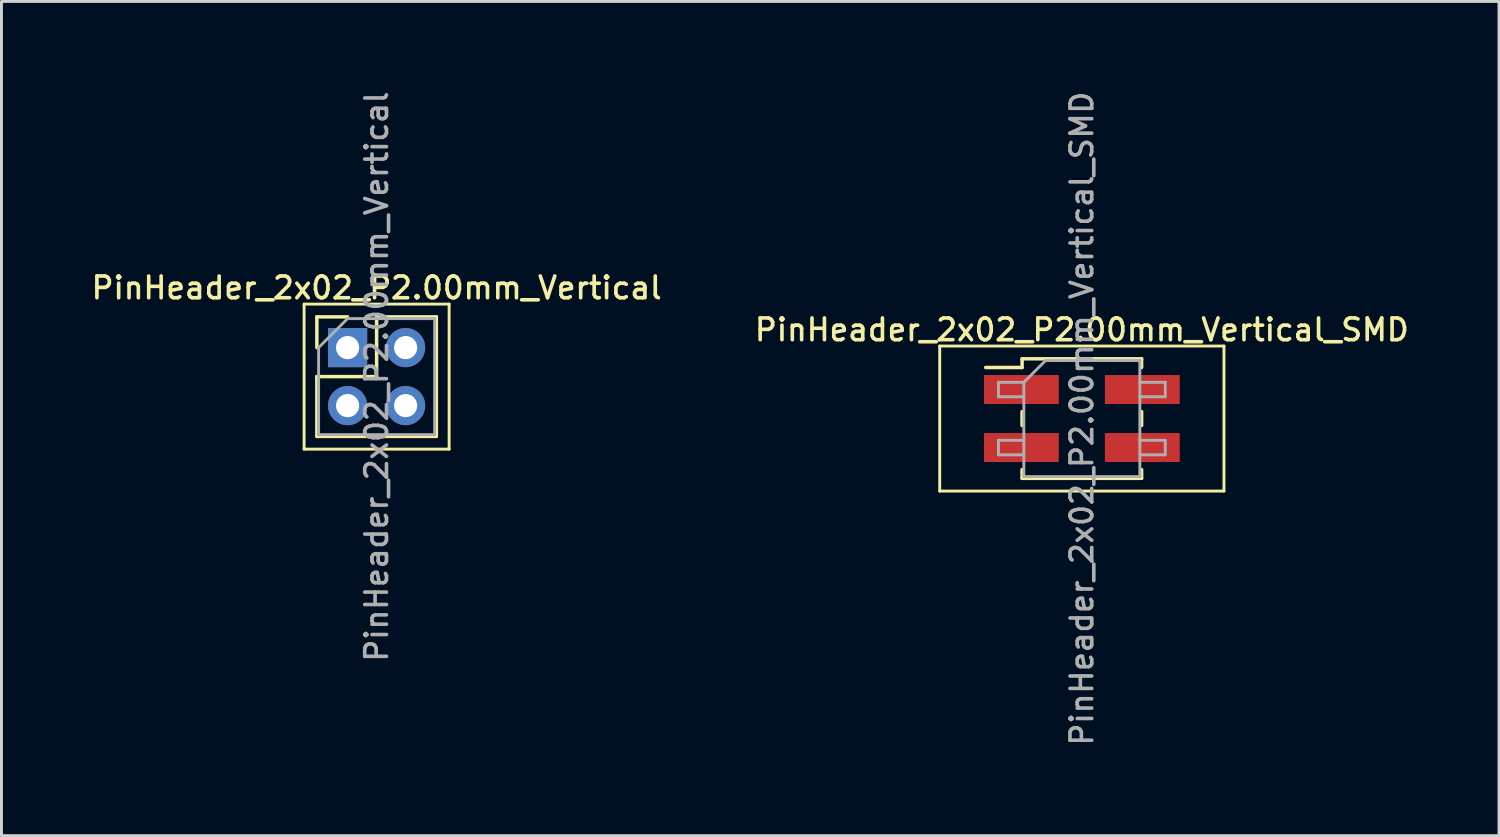
<source format=kicad_pcb>
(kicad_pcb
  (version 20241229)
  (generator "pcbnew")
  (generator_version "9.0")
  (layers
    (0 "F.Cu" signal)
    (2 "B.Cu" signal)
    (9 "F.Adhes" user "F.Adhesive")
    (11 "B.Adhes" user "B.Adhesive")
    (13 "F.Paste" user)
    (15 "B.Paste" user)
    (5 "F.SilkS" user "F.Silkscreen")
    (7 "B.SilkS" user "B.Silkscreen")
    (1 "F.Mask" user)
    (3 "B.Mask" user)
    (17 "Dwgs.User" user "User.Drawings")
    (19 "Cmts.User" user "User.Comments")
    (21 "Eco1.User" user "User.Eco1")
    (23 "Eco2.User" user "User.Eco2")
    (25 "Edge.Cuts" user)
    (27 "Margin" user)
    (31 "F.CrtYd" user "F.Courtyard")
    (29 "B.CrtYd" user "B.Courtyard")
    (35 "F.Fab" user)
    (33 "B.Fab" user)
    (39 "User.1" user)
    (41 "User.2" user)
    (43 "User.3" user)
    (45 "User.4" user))
  (footprint "PinHeader_2x02_P2.00mm_Vertical"
    (layer "F.Cu")
    (at 8.934 8.934)
    (property "Reference" "PinHeader_2x02_P2.00mm_Vertical" (at 1 -2.06 0) (layer "F.SilkS") (effects (font (size 0.75 0.75) (thickness 0.125))))
    (attr through_hole)
    (fp_line (start -1.5 -1.5) (end -1.5 3.5) (stroke (width 0.1) (type solid)) (layer "F.SilkS"))
    (fp_line (start -1.5 3.5) (end 3.5 3.5) (stroke (width 0.1) (type solid)) (layer "F.SilkS"))
    (fp_line (start -1.06 -1.06) (end 0 -1.06) (stroke (width 0.12) (type solid)) (layer "F.SilkS"))
    (fp_line (start -1.06 0) (end -1.06 -1.06) (stroke (width 0.12) (type solid)) (layer "F.SilkS"))
    (fp_line (start -1.06 1) (end -1.06 3.06) (stroke (width 0.12) (type solid)) (layer "F.SilkS"))
    (fp_line (start -1.06 1) (end 1 1) (stroke (width 0.12) (type solid)) (layer "F.SilkS"))
    (fp_line (start -1.06 3.06) (end 3.06 3.06) (stroke (width 0.12) (type solid)) (layer "F.SilkS"))
    (fp_line (start 1 -1.06) (end 3.06 -1.06) (stroke (width 0.12) (type solid)) (layer "F.SilkS"))
    (fp_line (start 1 1) (end 1 -1.06) (stroke (width 0.12) (type solid)) (layer "F.SilkS"))
    (fp_line (start 3.06 -1.06) (end 3.06 3.06) (stroke (width 0.12) (type solid)) (layer "F.SilkS"))
    (fp_line (start 3.5 -1.5) (end -1.5 -1.5) (stroke (width 0.1) (type solid)) (layer "F.SilkS"))
    (fp_line (start 3.5 3.5) (end 3.5 -1.5) (stroke (width 0.1) (type solid)) (layer "F.SilkS"))
    (fp_line (start -1 0) (end 0 -1) (stroke (width 0.1) (type solid)) (layer "F.Fab"))
    (fp_line (start -1 3) (end -1 0) (stroke (width 0.1) (type solid)) (layer "F.Fab"))
    (fp_line (start 0 -1) (end 3 -1) (stroke (width 0.1) (type solid)) (layer "F.Fab"))
    (fp_line (start 3 -1) (end 3 3) (stroke (width 0.1) (type solid)) (layer "F.Fab"))
    (fp_line (start 3 3) (end -1 3) (stroke (width 0.1) (type solid)) (layer "F.Fab"))
    (fp_text user "${REFERENCE}" (at 1 1 90) (layer "F.Fab") (effects (font (size 0.75 0.75) (thickness 0.125))))
    (pad "1" thru_hole rect (at 0 0) (size 1.35 1.35) (drill 0.8) (layers "*.Cu" "*.Mask"))
    (pad "2" thru_hole oval (at 2 0) (size 1.35 1.35) (drill 0.8) (layers "*.Cu" "*.Mask"))
    (pad "3" thru_hole oval (at 0 2) (size 1.35 1.35) (drill 0.8) (layers "*.Cu" "*.Mask"))
    (pad "4" thru_hole oval (at 2 2) (size 1.35 1.35) (drill 0.8) (layers "*.Cu" "*.Mask")))
  (footprint "PinHeader_2x02_P2.00mm_Vertical_SMD"
    (layer "F.Cu")
    (at 34.248 11.38)
    (property "Reference" "PinHeader_2x02_P2.00mm_Vertical_SMD" (at 0 -3.06 0) (layer "F.SilkS") (effects (font (size 0.75 0.75) (thickness 0.125))))
    (attr smd)
    (fp_line (start -4.9 -2.5) (end -4.9 2.5) (stroke (width 0.1) (type solid)) (layer "F.SilkS"))
    (fp_line (start -4.9 2.5) (end 4.9 2.5) (stroke (width 0.1) (type solid)) (layer "F.SilkS"))
    (fp_line (start -3.315 -1.76) (end -2.06 -1.76) (stroke (width 0.12) (type solid)) (layer "F.SilkS"))
    (fp_line (start -2.06 -2.06) (end -2.06 -1.76) (stroke (width 0.12) (type solid)) (layer "F.SilkS"))
    (fp_line (start -2.06 -2.06) (end 2.06 -2.06) (stroke (width 0.12) (type solid)) (layer "F.SilkS"))
    (fp_line (start -2.06 -0.24) (end -2.06 0.24) (stroke (width 0.12) (type solid)) (layer "F.SilkS"))
    (fp_line (start -2.06 1.76) (end -2.06 2.06) (stroke (width 0.12) (type solid)) (layer "F.SilkS"))
    (fp_line (start -2.06 2.06) (end 2.06 2.06) (stroke (width 0.12) (type solid)) (layer "F.SilkS"))
    (fp_line (start 2.06 -2.06) (end 2.06 -1.76) (stroke (width 0.12) (type solid)) (layer "F.SilkS"))
    (fp_line (start 2.06 -0.24) (end 2.06 0.24) (stroke (width 0.12) (type solid)) (layer "F.SilkS"))
    (fp_line (start 2.06 1.76) (end 2.06 2.06) (stroke (width 0.12) (type solid)) (layer "F.SilkS"))
    (fp_line (start 4.9 -2.5) (end -4.9 -2.5) (stroke (width 0.1) (type solid)) (layer "F.SilkS"))
    (fp_line (start 4.9 2.5) (end 4.9 -2.5) (stroke (width 0.1) (type solid)) (layer "F.SilkS"))
    (fp_line (start -2.875 -1.25) (end -2.875 -0.75) (stroke (width 0.1) (type solid)) (layer "F.Fab"))
    (fp_line (start -2.875 -0.75) (end -2 -0.75) (stroke (width 0.1) (type solid)) (layer "F.Fab"))
    (fp_line (start -2.875 0.75) (end -2.875 1.25) (stroke (width 0.1) (type solid)) (layer "F.Fab"))
    (fp_line (start -2.875 1.25) (end -2 1.25) (stroke (width 0.1) (type solid)) (layer "F.Fab"))
    (fp_line (start -2 -1.25) (end -2.875 -1.25) (stroke (width 0.1) (type solid)) (layer "F.Fab"))
    (fp_line (start -2 -1.25) (end -1.25 -2) (stroke (width 0.1) (type solid)) (layer "F.Fab"))
    (fp_line (start -2 0.75) (end -2.875 0.75) (stroke (width 0.1) (type solid)) (layer "F.Fab"))
    (fp_line (start -2 2) (end -2 -1.25) (stroke (width 0.1) (type solid)) (layer "F.Fab"))
    (fp_line (start -1.25 -2) (end 2 -2) (stroke (width 0.1) (type solid)) (layer "F.Fab"))
    (fp_line (start 2 -2) (end 2 2) (stroke (width 0.1) (type solid)) (layer "F.Fab"))
    (fp_line (start 2 -1.25) (end 2.875 -1.25) (stroke (width 0.1) (type solid)) (layer "F.Fab"))
    (fp_line (start 2 0.75) (end 2.875 0.75) (stroke (width 0.1) (type solid)) (layer "F.Fab"))
    (fp_line (start 2 2) (end -2 2) (stroke (width 0.1) (type solid)) (layer "F.Fab"))
    (fp_line (start 2.875 -1.25) (end 2.875 -0.75) (stroke (width 0.1) (type solid)) (layer "F.Fab"))
    (fp_line (start 2.875 -0.75) (end 2 -0.75) (stroke (width 0.1) (type solid)) (layer "F.Fab"))
    (fp_line (start 2.875 0.75) (end 2.875 1.25) (stroke (width 0.1) (type solid)) (layer "F.Fab"))
    (fp_line (start 2.875 1.25) (end 2 1.25) (stroke (width 0.1) (type solid)) (layer "F.Fab"))
    (fp_text user "${REFERENCE}" (at 0 0 90) (layer "F.Fab") (effects (font (size 0.75 0.75) (thickness 0.125))))
    (pad "1" smd rect (at -2.085 -1) (size 2.58 1) (layers "F.Cu" "F.Mask" "F.Paste"))
    (pad "2" smd rect (at 2.085 -1) (size 2.58 1) (layers "F.Cu" "F.Mask" "F.Paste"))
    (pad "3" smd rect (at -2.085 1) (size 2.58 1) (layers "F.Cu" "F.Mask" "F.Paste"))
    (pad "4" smd rect (at 2.085 1) (size 2.58 1) (layers "F.Cu" "F.Mask" "F.Paste")))
  (gr_rect
    (start -3 -3)
    (end 48.629 25.761)
    (stroke (width 0.1) (type default))
    (fill no)
    (layer "Edge.Cuts")))
</source>
